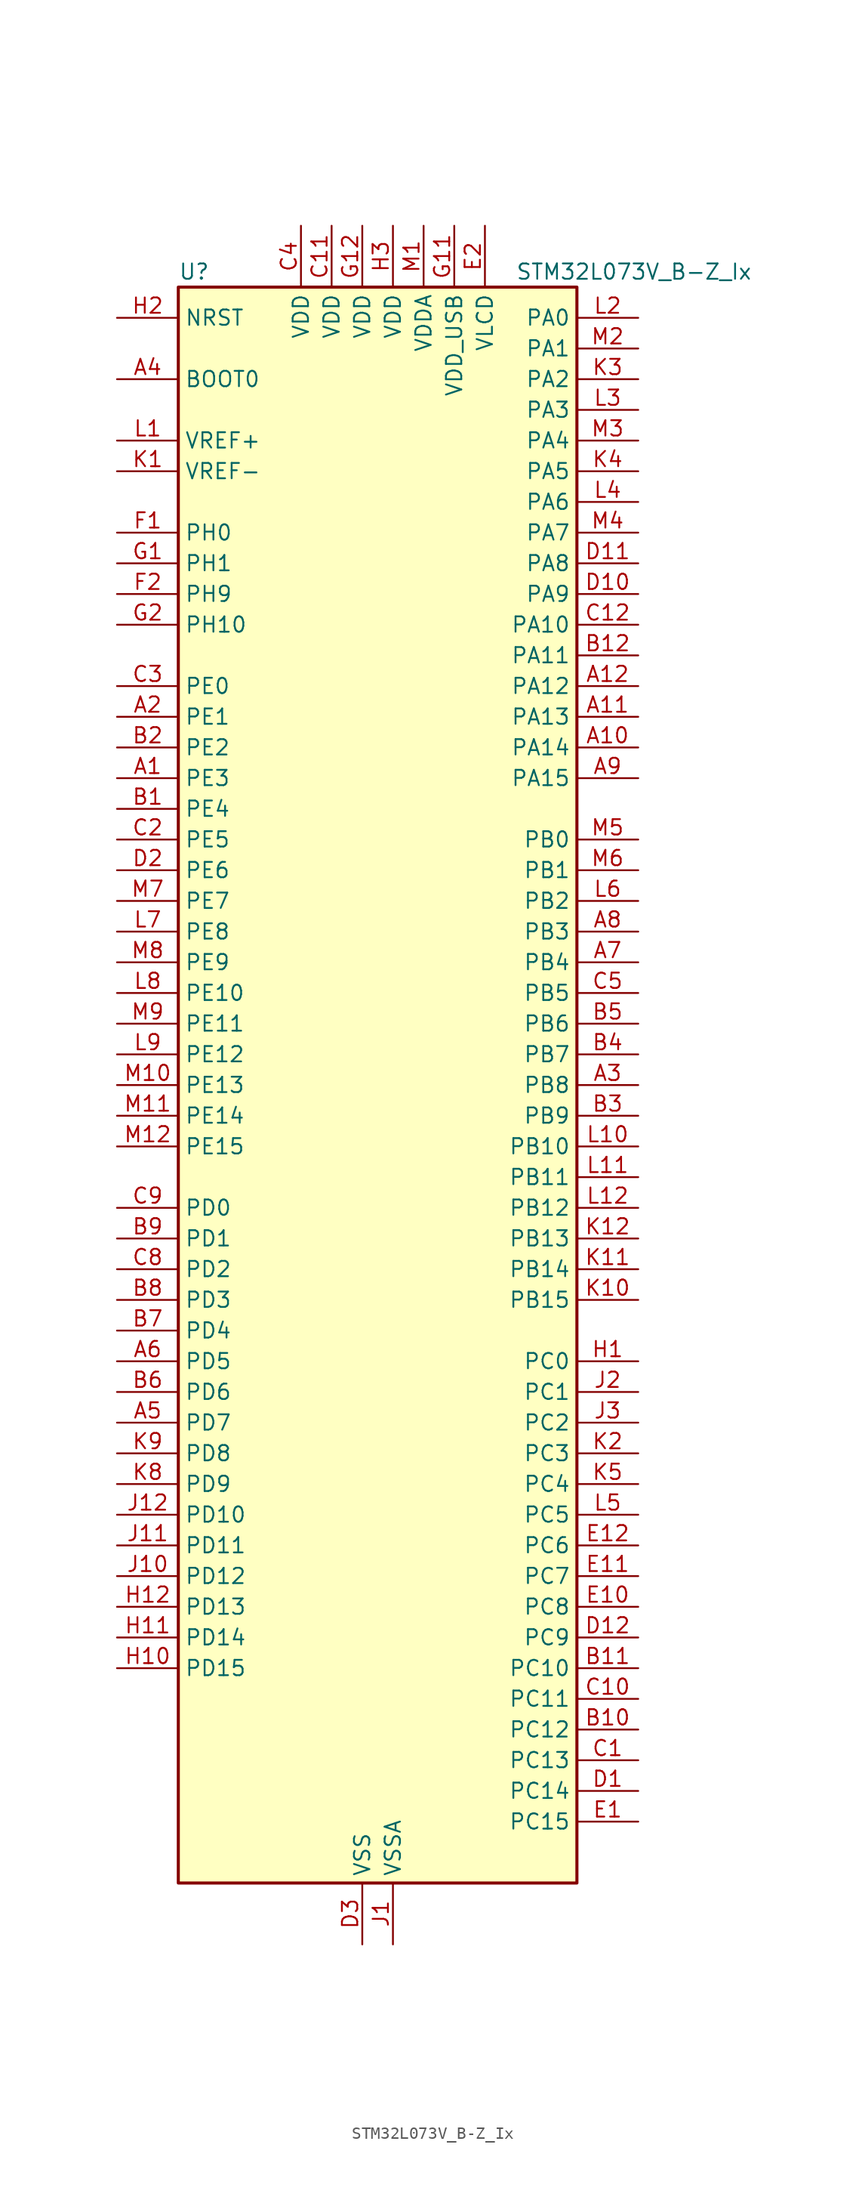
<source format=kicad_sym>
(kicad_symbol_lib
  (version 20231120)
  (generator "kicad_symbol_editor")
  (generator_version "8.0")
  (symbol "STM32L073V_B-Z_Ix"
    (property "Reference" "U"
      (at -15.24 67.31 0)
      (effects (font (size 1.27 1.27)) (justify left)))
    (property "Value" "STM32L073V_B-Z_Ix"
      (at 12.7 67.31 0)
      (effects (font (size 1.27 1.27)) (justify left)))
    (property "ki_locked" ""
      (at 0 0 0)
      (effects (font (size 1.27 1.27))))
    (symbol "STM32L073V_B-Z_Ix_0_1"
      (rectangle (start -15.24 -66.04) (end 17.78 66.04) (stroke (width 0.254) (type default)) (fill (type background))))
    (symbol "STM32L073V_B-Z_Ix_1_1"
      (pin bidirectional line (at -20.32 25.4 0) (length 5.08) (name "PE3" (effects (font (size 1.27 1.27)))) (number "A1" (effects (font (size 1.27 1.27)))) (alternate "LCD_SEG39" bidirectional line) (alternate "TIM22_CH1" bidirectional line) (alternate "TIM3_CH1" bidirectional line))
      (pin bidirectional line (at 22.86 27.94 180) (length 5.08) (name "PA14" (effects (font (size 1.27 1.27)))) (number "A10" (effects (font (size 1.27 1.27)))) (alternate "LPUART1_TX" bidirectional line) (alternate "SYS_SWCLK" bidirectional line) (alternate "USART2_TX" bidirectional line))
      (pin bidirectional line (at 22.86 30.48 180) (length 5.08) (name "PA13" (effects (font (size 1.27 1.27)))) (number "A11" (effects (font (size 1.27 1.27)))) (alternate "LPUART1_RX" bidirectional line) (alternate "SYS_SWDIO" bidirectional line) (alternate "USB_NOE" bidirectional line))
      (pin bidirectional line (at 22.86 33.02 180) (length 5.08) (name "PA12" (effects (font (size 1.27 1.27)))) (number "A12" (effects (font (size 1.27 1.27)))) (alternate "COMP2_OUT" bidirectional line) (alternate "SPI1_MOSI" bidirectional line) (alternate "TSC_G4_IO4" bidirectional line) (alternate "USART1_DE" bidirectional line) (alternate "USART1_RTS" bidirectional line) (alternate "USB_DP" bidirectional line))
      (pin bidirectional line (at -20.32 30.48 0) (length 5.08) (name "PE1" (effects (font (size 1.27 1.27)))) (number "A2" (effects (font (size 1.27 1.27)))) (alternate "LCD_SEG37" bidirectional line))
      (pin bidirectional line (at 22.86 0 180) (length 5.08) (name "PB8" (effects (font (size 1.27 1.27)))) (number "A3" (effects (font (size 1.27 1.27)))) (alternate "I2C1_SCL" bidirectional line) (alternate "LCD_SEG16" bidirectional line) (alternate "TSC_SYNC" bidirectional line))
      (pin input line (at -20.32 58.42 0) (length 5.08) (name "BOOT0" (effects (font (size 1.27 1.27)))) (number "A4" (effects (font (size 1.27 1.27)))))
      (pin bidirectional line (at -20.32 -27.94 0) (length 5.08) (name "PD7" (effects (font (size 1.27 1.27)))) (number "A5" (effects (font (size 1.27 1.27)))) (alternate "TIM21_CH2" bidirectional line) (alternate "USART2_CK" bidirectional line))
      (pin bidirectional line (at -20.32 -22.86 0) (length 5.08) (name "PD5" (effects (font (size 1.27 1.27)))) (number "A6" (effects (font (size 1.27 1.27)))) (alternate "USART2_TX" bidirectional line))
      (pin bidirectional line (at 22.86 10.16 180) (length 5.08) (name "PB4" (effects (font (size 1.27 1.27)))) (number "A7" (effects (font (size 1.27 1.27)))) (alternate "COMP2_INP" bidirectional line) (alternate "I2C3_SDA" bidirectional line) (alternate "LCD_SEG8" bidirectional line) (alternate "SPI1_MISO" bidirectional line) (alternate "TIM22_CH1" bidirectional line) (alternate "TIM3_CH1" bidirectional line) (alternate "TSC_G5_IO2" bidirectional line) (alternate "USART1_CTS" bidirectional line) (alternate "USART5_RX" bidirectional line))
      (pin bidirectional line (at 22.86 12.7 180) (length 5.08) (name "PB3" (effects (font (size 1.27 1.27)))) (number "A8" (effects (font (size 1.27 1.27)))) (alternate "COMP2_INM" bidirectional line) (alternate "LCD_SEG7" bidirectional line) (alternate "SPI1_SCK" bidirectional line) (alternate "TIM2_CH2" bidirectional line) (alternate "TSC_G5_IO1" bidirectional line) (alternate "USART1_DE" bidirectional line) (alternate "USART1_RTS" bidirectional line) (alternate "USART5_TX" bidirectional line))
      (pin bidirectional line (at 22.86 25.4 180) (length 5.08) (name "PA15" (effects (font (size 1.27 1.27)))) (number "A9" (effects (font (size 1.27 1.27)))) (alternate "LCD_SEG17" bidirectional line) (alternate "SPI1_NSS" bidirectional line) (alternate "TIM2_CH1" bidirectional line) (alternate "TIM2_ETR" bidirectional line) (alternate "USART2_RX" bidirectional line) (alternate "USART4_DE" bidirectional line) (alternate "USART4_RTS" bidirectional line))
      (pin bidirectional line (at -20.32 22.86 0) (length 5.08) (name "PE4" (effects (font (size 1.27 1.27)))) (number "B1" (effects (font (size 1.27 1.27)))) (alternate "TIM22_CH2" bidirectional line) (alternate "TIM3_CH2" bidirectional line))
      (pin bidirectional line (at 22.86 -53.34 180) (length 5.08) (name "PC12" (effects (font (size 1.27 1.27)))) (number "B10" (effects (font (size 1.27 1.27)))) (alternate "LCD_COM6" bidirectional line) (alternate "LCD_SEG30" bidirectional line) (alternate "LCD_SEG50" bidirectional line) (alternate "USART4_CK" bidirectional line) (alternate "USART5_TX" bidirectional line))
      (pin bidirectional line (at 22.86 -48.26 180) (length 5.08) (name "PC10" (effects (font (size 1.27 1.27)))) (number "B11" (effects (font (size 1.27 1.27)))) (alternate "LCD_COM4" bidirectional line) (alternate "LCD_SEG28" bidirectional line) (alternate "LCD_SEG48" bidirectional line) (alternate "LPUART1_TX" bidirectional line) (alternate "USART4_TX" bidirectional line))
      (pin bidirectional line (at 22.86 35.56 180) (length 5.08) (name "PA11" (effects (font (size 1.27 1.27)))) (number "B12" (effects (font (size 1.27 1.27)))) (alternate "ADC_EXTI11" bidirectional line) (alternate "COMP1_OUT" bidirectional line) (alternate "SPI1_MISO" bidirectional line) (alternate "TSC_G4_IO3" bidirectional line) (alternate "USART1_CTS" bidirectional line) (alternate "USB_DM" bidirectional line))
      (pin bidirectional line (at -20.32 27.94 0) (length 5.08) (name "PE2" (effects (font (size 1.27 1.27)))) (number "B2" (effects (font (size 1.27 1.27)))) (alternate "LCD_SEG38" bidirectional line) (alternate "TIM3_ETR" bidirectional line))
      (pin bidirectional line (at 22.86 -2.54 180) (length 5.08) (name "PB9" (effects (font (size 1.27 1.27)))) (number "B3" (effects (font (size 1.27 1.27)))) (alternate "DAC_EXTI9" bidirectional line) (alternate "I2C1_SDA" bidirectional line) (alternate "I2S2_WS" bidirectional line) (alternate "LCD_COM3" bidirectional line) (alternate "SPI2_NSS" bidirectional line))
      (pin bidirectional line (at 22.86 2.54 180) (length 5.08) (name "PB7" (effects (font (size 1.27 1.27)))) (number "B4" (effects (font (size 1.27 1.27)))) (alternate "COMP2_INP" bidirectional line) (alternate "I2C1_SDA" bidirectional line) (alternate "LPTIM1_IN2" bidirectional line) (alternate "SYS_PVD_IN" bidirectional line) (alternate "TSC_G5_IO4" bidirectional line) (alternate "USART1_RX" bidirectional line) (alternate "USART4_CTS" bidirectional line))
      (pin bidirectional line (at 22.86 5.08 180) (length 5.08) (name "PB6" (effects (font (size 1.27 1.27)))) (number "B5" (effects (font (size 1.27 1.27)))) (alternate "COMP2_INP" bidirectional line) (alternate "I2C1_SCL" bidirectional line) (alternate "LPTIM1_ETR" bidirectional line) (alternate "TSC_G5_IO3" bidirectional line) (alternate "USART1_TX" bidirectional line))
      (pin bidirectional line (at -20.32 -25.4 0) (length 5.08) (name "PD6" (effects (font (size 1.27 1.27)))) (number "B6" (effects (font (size 1.27 1.27)))) (alternate "USART2_RX" bidirectional line))
      (pin bidirectional line (at -20.32 -20.32 0) (length 5.08) (name "PD4" (effects (font (size 1.27 1.27)))) (number "B7" (effects (font (size 1.27 1.27)))) (alternate "I2S2_SD" bidirectional line) (alternate "SPI2_MOSI" bidirectional line) (alternate "USART2_DE" bidirectional line) (alternate "USART2_RTS" bidirectional line))
      (pin bidirectional line (at -20.32 -17.78 0) (length 5.08) (name "PD3" (effects (font (size 1.27 1.27)))) (number "B8" (effects (font (size 1.27 1.27)))) (alternate "I2S2_MCK" bidirectional line) (alternate "LCD_SEG44" bidirectional line) (alternate "SPI2_MISO" bidirectional line) (alternate "USART2_CTS" bidirectional line))
      (pin bidirectional line (at -20.32 -12.7 0) (length 5.08) (name "PD1" (effects (font (size 1.27 1.27)))) (number "B9" (effects (font (size 1.27 1.27)))) (alternate "I2S2_CK" bidirectional line) (alternate "SPI2_SCK" bidirectional line))
      (pin bidirectional line (at 22.86 -55.88 180) (length 5.08) (name "PC13" (effects (font (size 1.27 1.27)))) (number "C1" (effects (font (size 1.27 1.27)))) (alternate "RTC_OUT_ALARM" bidirectional line) (alternate "RTC_OUT_CALIB" bidirectional line) (alternate "RTC_TAMP1" bidirectional line) (alternate "RTC_TS" bidirectional line) (alternate "SYS_WKUP2" bidirectional line))
      (pin bidirectional line (at 22.86 -50.8 180) (length 5.08) (name "PC11" (effects (font (size 1.27 1.27)))) (number "C10" (effects (font (size 1.27 1.27)))) (alternate "ADC_EXTI11" bidirectional line) (alternate "LCD_COM5" bidirectional line) (alternate "LCD_SEG29" bidirectional line) (alternate "LCD_SEG49" bidirectional line) (alternate "LPUART1_RX" bidirectional line) (alternate "USART4_RX" bidirectional line))
      (pin power_in line (at -2.54 71.12 270) (length 5.08) (name "VDD" (effects (font (size 1.27 1.27)))) (number "C11" (effects (font (size 1.27 1.27)))))
      (pin bidirectional line (at 22.86 38.1 180) (length 5.08) (name "PA10" (effects (font (size 1.27 1.27)))) (number "C12" (effects (font (size 1.27 1.27)))) (alternate "I2C1_SDA" bidirectional line) (alternate "LCD_COM2" bidirectional line) (alternate "TSC_G4_IO2" bidirectional line) (alternate "USART1_RX" bidirectional line))
      (pin bidirectional line (at -20.32 20.32 0) (length 5.08) (name "PE5" (effects (font (size 1.27 1.27)))) (number "C2" (effects (font (size 1.27 1.27)))) (alternate "TIM21_CH1" bidirectional line) (alternate "TIM3_CH3" bidirectional line))
      (pin bidirectional line (at -20.32 33.02 0) (length 5.08) (name "PE0" (effects (font (size 1.27 1.27)))) (number "C3" (effects (font (size 1.27 1.27)))) (alternate "LCD_SEG36" bidirectional line))
      (pin power_in line (at -5.08 71.12 270) (length 5.08) (name "VDD" (effects (font (size 1.27 1.27)))) (number "C4" (effects (font (size 1.27 1.27)))))
      (pin bidirectional line (at 22.86 7.62 180) (length 5.08) (name "PB5" (effects (font (size 1.27 1.27)))) (number "C5" (effects (font (size 1.27 1.27)))) (alternate "COMP2_INP" bidirectional line) (alternate "I2C1_SMBA" bidirectional line) (alternate "LCD_SEG9" bidirectional line) (alternate "LPTIM1_IN1" bidirectional line) (alternate "SPI1_MOSI" bidirectional line) (alternate "TIM22_CH2" bidirectional line) (alternate "TIM3_CH2" bidirectional line) (alternate "USART1_CK" bidirectional line) (alternate "USART5_CK" bidirectional line) (alternate "USART5_DE" bidirectional line) (alternate "USART5_RTS" bidirectional line))
      (pin bidirectional line (at -20.32 -15.24 0) (length 5.08) (name "PD2" (effects (font (size 1.27 1.27)))) (number "C8" (effects (font (size 1.27 1.27)))) (alternate "LCD_COM7" bidirectional line) (alternate "LCD_SEG31" bidirectional line) (alternate "LCD_SEG51" bidirectional line) (alternate "LPUART1_DE" bidirectional line) (alternate "LPUART1_RTS" bidirectional line) (alternate "TIM3_ETR" bidirectional line) (alternate "USART5_RX" bidirectional line))
      (pin bidirectional line (at -20.32 -10.16 0) (length 5.08) (name "PD0" (effects (font (size 1.27 1.27)))) (number "C9" (effects (font (size 1.27 1.27)))) (alternate "I2S2_WS" bidirectional line) (alternate "SPI2_NSS" bidirectional line) (alternate "TIM21_CH1" bidirectional line))
      (pin bidirectional line (at 22.86 -58.42 180) (length 5.08) (name "PC14" (effects (font (size 1.27 1.27)))) (number "D1" (effects (font (size 1.27 1.27)))) (alternate "RCC_OSC32_IN" bidirectional line))
      (pin bidirectional line (at 22.86 40.64 180) (length 5.08) (name "PA9" (effects (font (size 1.27 1.27)))) (number "D10" (effects (font (size 1.27 1.27)))) (alternate "DAC_EXTI9" bidirectional line) (alternate "I2C1_SCL" bidirectional line) (alternate "I2C3_SMBA" bidirectional line) (alternate "LCD_COM1" bidirectional line) (alternate "RCC_MCO" bidirectional line) (alternate "TSC_G4_IO1" bidirectional line) (alternate "USART1_TX" bidirectional line))
      (pin bidirectional line (at 22.86 43.18 180) (length 5.08) (name "PA8" (effects (font (size 1.27 1.27)))) (number "D11" (effects (font (size 1.27 1.27)))) (alternate "CRS_SYNC" bidirectional line) (alternate "I2C3_SCL" bidirectional line) (alternate "LCD_COM0" bidirectional line) (alternate "RCC_MCO" bidirectional line) (alternate "USART1_CK" bidirectional line))
      (pin bidirectional line (at 22.86 -45.72 180) (length 5.08) (name "PC9" (effects (font (size 1.27 1.27)))) (number "D12" (effects (font (size 1.27 1.27)))) (alternate "DAC_EXTI9" bidirectional line) (alternate "I2C3_SDA" bidirectional line) (alternate "LCD_SEG27" bidirectional line) (alternate "TIM21_ETR" bidirectional line) (alternate "TIM3_CH4" bidirectional line) (alternate "TSC_G8_IO4" bidirectional line) (alternate "USB_NOE" bidirectional line))
      (pin bidirectional line (at -20.32 17.78 0) (length 5.08) (name "PE6" (effects (font (size 1.27 1.27)))) (number "D2" (effects (font (size 1.27 1.27)))) (alternate "RTC_TAMP3" bidirectional line) (alternate "SYS_WKUP3" bidirectional line) (alternate "TIM21_CH2" bidirectional line) (alternate "TIM3_CH4" bidirectional line))
      (pin power_in line (at 0 -71.12 90) (length 5.08) (name "VSS" (effects (font (size 1.27 1.27)))) (number "D3" (effects (font (size 1.27 1.27)))))
      (pin bidirectional line (at 22.86 -60.96 180) (length 5.08) (name "PC15" (effects (font (size 1.27 1.27)))) (number "E1" (effects (font (size 1.27 1.27)))) (alternate "RCC_OSC32_OUT" bidirectional line))
      (pin bidirectional line (at 22.86 -43.18 180) (length 5.08) (name "PC8" (effects (font (size 1.27 1.27)))) (number "E10" (effects (font (size 1.27 1.27)))) (alternate "LCD_SEG26" bidirectional line) (alternate "TIM22_ETR" bidirectional line) (alternate "TIM3_CH3" bidirectional line) (alternate "TSC_G8_IO3" bidirectional line))
      (pin bidirectional line (at 22.86 -40.64 180) (length 5.08) (name "PC7" (effects (font (size 1.27 1.27)))) (number "E11" (effects (font (size 1.27 1.27)))) (alternate "LCD_SEG25" bidirectional line) (alternate "TIM22_CH2" bidirectional line) (alternate "TIM3_CH2" bidirectional line) (alternate "TSC_G8_IO2" bidirectional line))
      (pin bidirectional line (at 22.86 -38.1 180) (length 5.08) (name "PC6" (effects (font (size 1.27 1.27)))) (number "E12" (effects (font (size 1.27 1.27)))) (alternate "LCD_SEG24" bidirectional line) (alternate "TIM22_CH1" bidirectional line) (alternate "TIM3_CH1" bidirectional line) (alternate "TSC_G8_IO1" bidirectional line))
      (pin power_in line (at 10.16 71.12 270) (length 5.08) (name "VLCD" (effects (font (size 1.27 1.27)))) (number "E2" (effects (font (size 1.27 1.27)))))
      (pin passive line (at 0 -71.12 90) (length 5.08) hide (name "VSS" (effects (font (size 1.27 1.27)))) (number "E3" (effects (font (size 1.27 1.27)))))
      (pin bidirectional line (at -20.32 45.72 0) (length 5.08) (name "PH0" (effects (font (size 1.27 1.27)))) (number "F1" (effects (font (size 1.27 1.27)))) (alternate "CRS_SYNC" bidirectional line) (alternate "RCC_OSC_IN" bidirectional line))
      (pin passive line (at 0 -71.12 90) (length 5.08) hide (name "VSS" (effects (font (size 1.27 1.27)))) (number "F11" (effects (font (size 1.27 1.27)))))
      (pin passive line (at 0 -71.12 90) (length 5.08) hide (name "VSS" (effects (font (size 1.27 1.27)))) (number "F12" (effects (font (size 1.27 1.27)))))
      (pin bidirectional line (at -20.32 40.64 0) (length 5.08) (name "PH9" (effects (font (size 1.27 1.27)))) (number "F2" (effects (font (size 1.27 1.27)))) (alternate "DAC_EXTI9" bidirectional line))
      (pin bidirectional line (at -20.32 43.18 0) (length 5.08) (name "PH1" (effects (font (size 1.27 1.27)))) (number "G1" (effects (font (size 1.27 1.27)))) (alternate "RCC_OSC_OUT" bidirectional line))
      (pin power_in line (at 7.62 71.12 270) (length 5.08) (name "VDD_USB" (effects (font (size 1.27 1.27)))) (number "G11" (effects (font (size 1.27 1.27)))))
      (pin power_in line (at 0 71.12 270) (length 5.08) (name "VDD" (effects (font (size 1.27 1.27)))) (number "G12" (effects (font (size 1.27 1.27)))))
      (pin bidirectional line (at -20.32 38.1 0) (length 5.08) (name "PH10" (effects (font (size 1.27 1.27)))) (number "G2" (effects (font (size 1.27 1.27)))))
      (pin bidirectional line (at 22.86 -22.86 180) (length 5.08) (name "PC0" (effects (font (size 1.27 1.27)))) (number "H1" (effects (font (size 1.27 1.27)))) (alternate "ADC_IN10" bidirectional line) (alternate "I2C3_SCL" bidirectional line) (alternate "LCD_SEG18" bidirectional line) (alternate "LPTIM1_IN1" bidirectional line) (alternate "LPUART1_RX" bidirectional line) (alternate "TSC_G7_IO1" bidirectional line))
      (pin bidirectional line (at -20.32 -48.26 0) (length 5.08) (name "PD15" (effects (font (size 1.27 1.27)))) (number "H10" (effects (font (size 1.27 1.27)))) (alternate "CRS_SYNC" bidirectional line) (alternate "LCD_SEG35" bidirectional line))
      (pin bidirectional line (at -20.32 -45.72 0) (length 5.08) (name "PD14" (effects (font (size 1.27 1.27)))) (number "H11" (effects (font (size 1.27 1.27)))) (alternate "LCD_SEG34" bidirectional line))
      (pin bidirectional line (at -20.32 -43.18 0) (length 5.08) (name "PD13" (effects (font (size 1.27 1.27)))) (number "H12" (effects (font (size 1.27 1.27)))) (alternate "LCD_SEG33" bidirectional line))
      (pin input line (at -20.32 63.5 0) (length 5.08) (name "NRST" (effects (font (size 1.27 1.27)))) (number "H2" (effects (font (size 1.27 1.27)))))
      (pin power_in line (at 2.54 71.12 270) (length 5.08) (name "VDD" (effects (font (size 1.27 1.27)))) (number "H3" (effects (font (size 1.27 1.27)))))
      (pin power_in line (at 2.54 -71.12 90) (length 5.08) (name "VSSA" (effects (font (size 1.27 1.27)))) (number "J1" (effects (font (size 1.27 1.27)))))
      (pin bidirectional line (at -20.32 -40.64 0) (length 5.08) (name "PD12" (effects (font (size 1.27 1.27)))) (number "J10" (effects (font (size 1.27 1.27)))) (alternate "LCD_SEG32" bidirectional line) (alternate "LPUART1_DE" bidirectional line) (alternate "LPUART1_RTS" bidirectional line))
      (pin bidirectional line (at -20.32 -38.1 0) (length 5.08) (name "PD11" (effects (font (size 1.27 1.27)))) (number "J11" (effects (font (size 1.27 1.27)))) (alternate "ADC_EXTI11" bidirectional line) (alternate "LCD_SEG31" bidirectional line) (alternate "LPUART1_CTS" bidirectional line))
      (pin bidirectional line (at -20.32 -35.56 0) (length 5.08) (name "PD10" (effects (font (size 1.27 1.27)))) (number "J12" (effects (font (size 1.27 1.27)))) (alternate "LCD_SEG30" bidirectional line))
      (pin bidirectional line (at 22.86 -25.4 180) (length 5.08) (name "PC1" (effects (font (size 1.27 1.27)))) (number "J2" (effects (font (size 1.27 1.27)))) (alternate "ADC_IN11" bidirectional line) (alternate "I2C3_SDA" bidirectional line) (alternate "LCD_SEG19" bidirectional line) (alternate "LPTIM1_OUT" bidirectional line) (alternate "LPUART1_TX" bidirectional line) (alternate "TSC_G7_IO2" bidirectional line))
      (pin bidirectional line (at 22.86 -27.94 180) (length 5.08) (name "PC2" (effects (font (size 1.27 1.27)))) (number "J3" (effects (font (size 1.27 1.27)))) (alternate "ADC_IN12" bidirectional line) (alternate "I2S2_MCK" bidirectional line) (alternate "LCD_SEG20" bidirectional line) (alternate "LPTIM1_IN2" bidirectional line) (alternate "SPI2_MISO" bidirectional line) (alternate "TSC_G7_IO3" bidirectional line))
      (pin input line (at -20.32 50.8 0) (length 5.08) (name "VREF-" (effects (font (size 1.27 1.27)))) (number "K1" (effects (font (size 1.27 1.27)))))
      (pin bidirectional line (at 22.86 -17.78 180) (length 5.08) (name "PB15" (effects (font (size 1.27 1.27)))) (number "K10" (effects (font (size 1.27 1.27)))) (alternate "I2S2_SD" bidirectional line) (alternate "LCD_SEG15" bidirectional line) (alternate "RTC_REFIN" bidirectional line) (alternate "SPI2_MOSI" bidirectional line))
      (pin bidirectional line (at 22.86 -15.24 180) (length 5.08) (name "PB14" (effects (font (size 1.27 1.27)))) (number "K11" (effects (font (size 1.27 1.27)))) (alternate "I2C2_SDA" bidirectional line) (alternate "I2S2_MCK" bidirectional line) (alternate "LCD_SEG14" bidirectional line) (alternate "LPUART1_DE" bidirectional line) (alternate "LPUART1_RTS" bidirectional line) (alternate "RTC_OUT_ALARM" bidirectional line) (alternate "RTC_OUT_CALIB" bidirectional line) (alternate "SPI2_MISO" bidirectional line) (alternate "TIM21_CH2" bidirectional line) (alternate "TSC_G6_IO4" bidirectional line))
      (pin bidirectional line (at 22.86 -12.7 180) (length 5.08) (name "PB13" (effects (font (size 1.27 1.27)))) (number "K12" (effects (font (size 1.27 1.27)))) (alternate "I2C2_SCL" bidirectional line) (alternate "I2S2_CK" bidirectional line) (alternate "LCD_SEG13" bidirectional line) (alternate "LPUART1_CTS" bidirectional line) (alternate "RCC_MCO" bidirectional line) (alternate "SPI2_SCK" bidirectional line) (alternate "TIM21_CH1" bidirectional line) (alternate "TSC_G6_IO3" bidirectional line))
      (pin bidirectional line (at 22.86 -30.48 180) (length 5.08) (name "PC3" (effects (font (size 1.27 1.27)))) (number "K2" (effects (font (size 1.27 1.27)))) (alternate "ADC_IN13" bidirectional line) (alternate "I2S2_SD" bidirectional line) (alternate "LCD_SEG21" bidirectional line) (alternate "LPTIM1_ETR" bidirectional line) (alternate "SPI2_MOSI" bidirectional line) (alternate "TSC_G7_IO4" bidirectional line))
      (pin bidirectional line (at 22.86 58.42 180) (length 5.08) (name "PA2" (effects (font (size 1.27 1.27)))) (number "K3" (effects (font (size 1.27 1.27)))) (alternate "ADC_IN2" bidirectional line) (alternate "COMP2_INM" bidirectional line) (alternate "COMP2_OUT" bidirectional line) (alternate "LCD_SEG1" bidirectional line) (alternate "LPUART1_TX" bidirectional line) (alternate "TIM21_CH1" bidirectional line) (alternate "TIM2_CH3" bidirectional line) (alternate "TSC_G1_IO3" bidirectional line) (alternate "USART2_TX" bidirectional line))
      (pin bidirectional line (at 22.86 50.8 180) (length 5.08) (name "PA5" (effects (font (size 1.27 1.27)))) (number "K4" (effects (font (size 1.27 1.27)))) (alternate "ADC_IN5" bidirectional line) (alternate "COMP1_INM" bidirectional line) (alternate "COMP2_INM" bidirectional line) (alternate "DAC_OUT2" bidirectional line) (alternate "SPI1_SCK" bidirectional line) (alternate "TIM2_CH1" bidirectional line) (alternate "TIM2_ETR" bidirectional line) (alternate "TSC_G2_IO2" bidirectional line))
      (pin bidirectional line (at 22.86 -33.02 180) (length 5.08) (name "PC4" (effects (font (size 1.27 1.27)))) (number "K5" (effects (font (size 1.27 1.27)))) (alternate "ADC_IN14" bidirectional line) (alternate "LCD_SEG22" bidirectional line) (alternate "LPUART1_TX" bidirectional line))
      (pin bidirectional line (at -20.32 -33.02 0) (length 5.08) (name "PD9" (effects (font (size 1.27 1.27)))) (number "K8" (effects (font (size 1.27 1.27)))) (alternate "DAC_EXTI9" bidirectional line) (alternate "LCD_SEG29" bidirectional line) (alternate "LPUART1_RX" bidirectional line))
      (pin bidirectional line (at -20.32 -30.48 0) (length 5.08) (name "PD8" (effects (font (size 1.27 1.27)))) (number "K9" (effects (font (size 1.27 1.27)))) (alternate "LCD_SEG28" bidirectional line) (alternate "LPUART1_TX" bidirectional line))
      (pin input line (at -20.32 53.34 0) (length 5.08) (name "VREF+" (effects (font (size 1.27 1.27)))) (number "L1" (effects (font (size 1.27 1.27)))))
      (pin bidirectional line (at 22.86 -5.08 180) (length 5.08) (name "PB10" (effects (font (size 1.27 1.27)))) (number "L10" (effects (font (size 1.27 1.27)))) (alternate "I2C2_SCL" bidirectional line) (alternate "LCD_SEG10" bidirectional line) (alternate "LPUART1_RX" bidirectional line) (alternate "LPUART1_TX" bidirectional line) (alternate "SPI2_SCK" bidirectional line) (alternate "TIM2_CH3" bidirectional line) (alternate "TSC_SYNC" bidirectional line))
      (pin bidirectional line (at 22.86 -7.62 180) (length 5.08) (name "PB11" (effects (font (size 1.27 1.27)))) (number "L11" (effects (font (size 1.27 1.27)))) (alternate "ADC_EXTI11" bidirectional line) (alternate "I2C2_SDA" bidirectional line) (alternate "LCD_SEG11" bidirectional line) (alternate "LPUART1_RX" bidirectional line) (alternate "LPUART1_TX" bidirectional line) (alternate "TIM2_CH4" bidirectional line) (alternate "TSC_G6_IO1" bidirectional line))
      (pin bidirectional line (at 22.86 -10.16 180) (length 5.08) (name "PB12" (effects (font (size 1.27 1.27)))) (number "L12" (effects (font (size 1.27 1.27)))) (alternate "I2S2_WS" bidirectional line) (alternate "LCD_SEG12" bidirectional line) (alternate "LCD_VLCD2" bidirectional line) (alternate "LPUART1_DE" bidirectional line) (alternate "LPUART1_RTS" bidirectional line) (alternate "SPI2_NSS" bidirectional line) (alternate "TSC_G6_IO2" bidirectional line))
      (pin bidirectional line (at 22.86 63.5 180) (length 5.08) (name "PA0" (effects (font (size 1.27 1.27)))) (number "L2" (effects (font (size 1.27 1.27)))) (alternate "ADC_IN0" bidirectional line) (alternate "COMP1_INM" bidirectional line) (alternate "COMP1_OUT" bidirectional line) (alternate "RTC_TAMP2" bidirectional line) (alternate "SYS_WKUP1" bidirectional line) (alternate "TIM2_CH1" bidirectional line) (alternate "TIM2_ETR" bidirectional line) (alternate "TSC_G1_IO1" bidirectional line) (alternate "USART2_CTS" bidirectional line) (alternate "USART4_TX" bidirectional line))
      (pin bidirectional line (at 22.86 55.88 180) (length 5.08) (name "PA3" (effects (font (size 1.27 1.27)))) (number "L3" (effects (font (size 1.27 1.27)))) (alternate "ADC_IN3" bidirectional line) (alternate "COMP2_INP" bidirectional line) (alternate "LCD_SEG2" bidirectional line) (alternate "LPUART1_RX" bidirectional line) (alternate "TIM21_CH2" bidirectional line) (alternate "TIM2_CH4" bidirectional line) (alternate "TSC_G1_IO4" bidirectional line) (alternate "USART2_RX" bidirectional line))
      (pin bidirectional line (at 22.86 48.26 180) (length 5.08) (name "PA6" (effects (font (size 1.27 1.27)))) (number "L4" (effects (font (size 1.27 1.27)))) (alternate "ADC_IN6" bidirectional line) (alternate "COMP1_OUT" bidirectional line) (alternate "LCD_SEG3" bidirectional line) (alternate "LPUART1_CTS" bidirectional line) (alternate "SPI1_MISO" bidirectional line) (alternate "TIM22_CH1" bidirectional line) (alternate "TIM3_CH1" bidirectional line) (alternate "TSC_G2_IO3" bidirectional line))
      (pin bidirectional line (at 22.86 -35.56 180) (length 5.08) (name "PC5" (effects (font (size 1.27 1.27)))) (number "L5" (effects (font (size 1.27 1.27)))) (alternate "ADC_IN15" bidirectional line) (alternate "LCD_SEG23" bidirectional line) (alternate "LPUART1_RX" bidirectional line) (alternate "TSC_G3_IO1" bidirectional line))
      (pin bidirectional line (at 22.86 15.24 180) (length 5.08) (name "PB2" (effects (font (size 1.27 1.27)))) (number "L6" (effects (font (size 1.27 1.27)))) (alternate "I2C3_SMBA" bidirectional line) (alternate "LCD_VLCD2" bidirectional line) (alternate "LPTIM1_OUT" bidirectional line) (alternate "TSC_G3_IO4" bidirectional line))
      (pin bidirectional line (at -20.32 12.7 0) (length 5.08) (name "PE8" (effects (font (size 1.27 1.27)))) (number "L7" (effects (font (size 1.27 1.27)))) (alternate "LCD_SEG46" bidirectional line) (alternate "USART4_TX" bidirectional line))
      (pin bidirectional line (at -20.32 7.62 0) (length 5.08) (name "PE10" (effects (font (size 1.27 1.27)))) (number "L8" (effects (font (size 1.27 1.27)))) (alternate "LCD_SEG40" bidirectional line) (alternate "TIM2_CH2" bidirectional line) (alternate "USART5_TX" bidirectional line))
      (pin bidirectional line (at -20.32 2.54 0) (length 5.08) (name "PE12" (effects (font (size 1.27 1.27)))) (number "L9" (effects (font (size 1.27 1.27)))) (alternate "LCD_VLCD3" bidirectional line) (alternate "SPI1_NSS" bidirectional line) (alternate "TIM2_CH4" bidirectional line))
      (pin power_in line (at 5.08 71.12 270) (length 5.08) (name "VDDA" (effects (font (size 1.27 1.27)))) (number "M1" (effects (font (size 1.27 1.27)))))
      (pin bidirectional line (at -20.32 0 0) (length 5.08) (name "PE13" (effects (font (size 1.27 1.27)))) (number "M10" (effects (font (size 1.27 1.27)))) (alternate "LCD_SEG41" bidirectional line) (alternate "SPI1_SCK" bidirectional line))
      (pin bidirectional line (at -20.32 -2.54 0) (length 5.08) (name "PE14" (effects (font (size 1.27 1.27)))) (number "M11" (effects (font (size 1.27 1.27)))) (alternate "LCD_SEG42" bidirectional line) (alternate "SPI1_MISO" bidirectional line))
      (pin bidirectional line (at -20.32 -5.08 0) (length 5.08) (name "PE15" (effects (font (size 1.27 1.27)))) (number "M12" (effects (font (size 1.27 1.27)))) (alternate "LCD_SEG43" bidirectional line) (alternate "SPI1_MOSI" bidirectional line))
      (pin bidirectional line (at 22.86 60.96 180) (length 5.08) (name "PA1" (effects (font (size 1.27 1.27)))) (number "M2" (effects (font (size 1.27 1.27)))) (alternate "ADC_IN1" bidirectional line) (alternate "COMP1_INP" bidirectional line) (alternate "LCD_SEG0" bidirectional line) (alternate "TIM21_ETR" bidirectional line) (alternate "TIM2_CH2" bidirectional line) (alternate "TSC_G1_IO2" bidirectional line) (alternate "USART2_DE" bidirectional line) (alternate "USART2_RTS" bidirectional line) (alternate "USART4_RX" bidirectional line))
      (pin bidirectional line (at 22.86 53.34 180) (length 5.08) (name "PA4" (effects (font (size 1.27 1.27)))) (number "M3" (effects (font (size 1.27 1.27)))) (alternate "ADC_IN4" bidirectional line) (alternate "COMP1_INM" bidirectional line) (alternate "COMP2_INM" bidirectional line) (alternate "DAC_OUT1" bidirectional line) (alternate "SPI1_NSS" bidirectional line) (alternate "TIM22_ETR" bidirectional line) (alternate "TSC_G2_IO1" bidirectional line) (alternate "USART2_CK" bidirectional line))
      (pin bidirectional line (at 22.86 45.72 180) (length 5.08) (name "PA7" (effects (font (size 1.27 1.27)))) (number "M4" (effects (font (size 1.27 1.27)))) (alternate "ADC_IN7" bidirectional line) (alternate "COMP2_OUT" bidirectional line) (alternate "LCD_SEG4" bidirectional line) (alternate "SPI1_MOSI" bidirectional line) (alternate "TIM22_CH2" bidirectional line) (alternate "TIM3_CH2" bidirectional line) (alternate "TSC_G2_IO4" bidirectional line))
      (pin bidirectional line (at 22.86 20.32 180) (length 5.08) (name "PB0" (effects (font (size 1.27 1.27)))) (number "M5" (effects (font (size 1.27 1.27)))) (alternate "ADC_IN8" bidirectional line) (alternate "LCD_SEG5" bidirectional line) (alternate "LCD_VLCD3" bidirectional line) (alternate "SYS_VREF_OUT_PB0" bidirectional line) (alternate "TIM3_CH3" bidirectional line) (alternate "TSC_G3_IO2" bidirectional line))
      (pin bidirectional line (at 22.86 17.78 180) (length 5.08) (name "PB1" (effects (font (size 1.27 1.27)))) (number "M6" (effects (font (size 1.27 1.27)))) (alternate "ADC_IN9" bidirectional line) (alternate "LCD_SEG6" bidirectional line) (alternate "LPUART1_DE" bidirectional line) (alternate "LPUART1_RTS" bidirectional line) (alternate "SYS_VREF_OUT_PB1" bidirectional line) (alternate "TIM3_CH4" bidirectional line) (alternate "TSC_G3_IO3" bidirectional line))
      (pin bidirectional line (at -20.32 15.24 0) (length 5.08) (name "PE7" (effects (font (size 1.27 1.27)))) (number "M7" (effects (font (size 1.27 1.27)))) (alternate "LCD_SEG45" bidirectional line) (alternate "USART5_CK" bidirectional line) (alternate "USART5_DE" bidirectional line) (alternate "USART5_RTS" bidirectional line))
      (pin bidirectional line (at -20.32 10.16 0) (length 5.08) (name "PE9" (effects (font (size 1.27 1.27)))) (number "M8" (effects (font (size 1.27 1.27)))) (alternate "DAC_EXTI9" bidirectional line) (alternate "LCD_SEG47" bidirectional line) (alternate "TIM2_CH1" bidirectional line) (alternate "TIM2_ETR" bidirectional line) (alternate "USART4_RX" bidirectional line))
      (pin bidirectional line (at -20.32 5.08 0) (length 5.08) (name "PE11" (effects (font (size 1.27 1.27)))) (number "M9" (effects (font (size 1.27 1.27)))) (alternate "ADC_EXTI11" bidirectional line) (alternate "LCD_VLCD1" bidirectional line) (alternate "TIM2_CH3" bidirectional line) (alternate "USART5_RX" bidirectional line)))))
</source>
